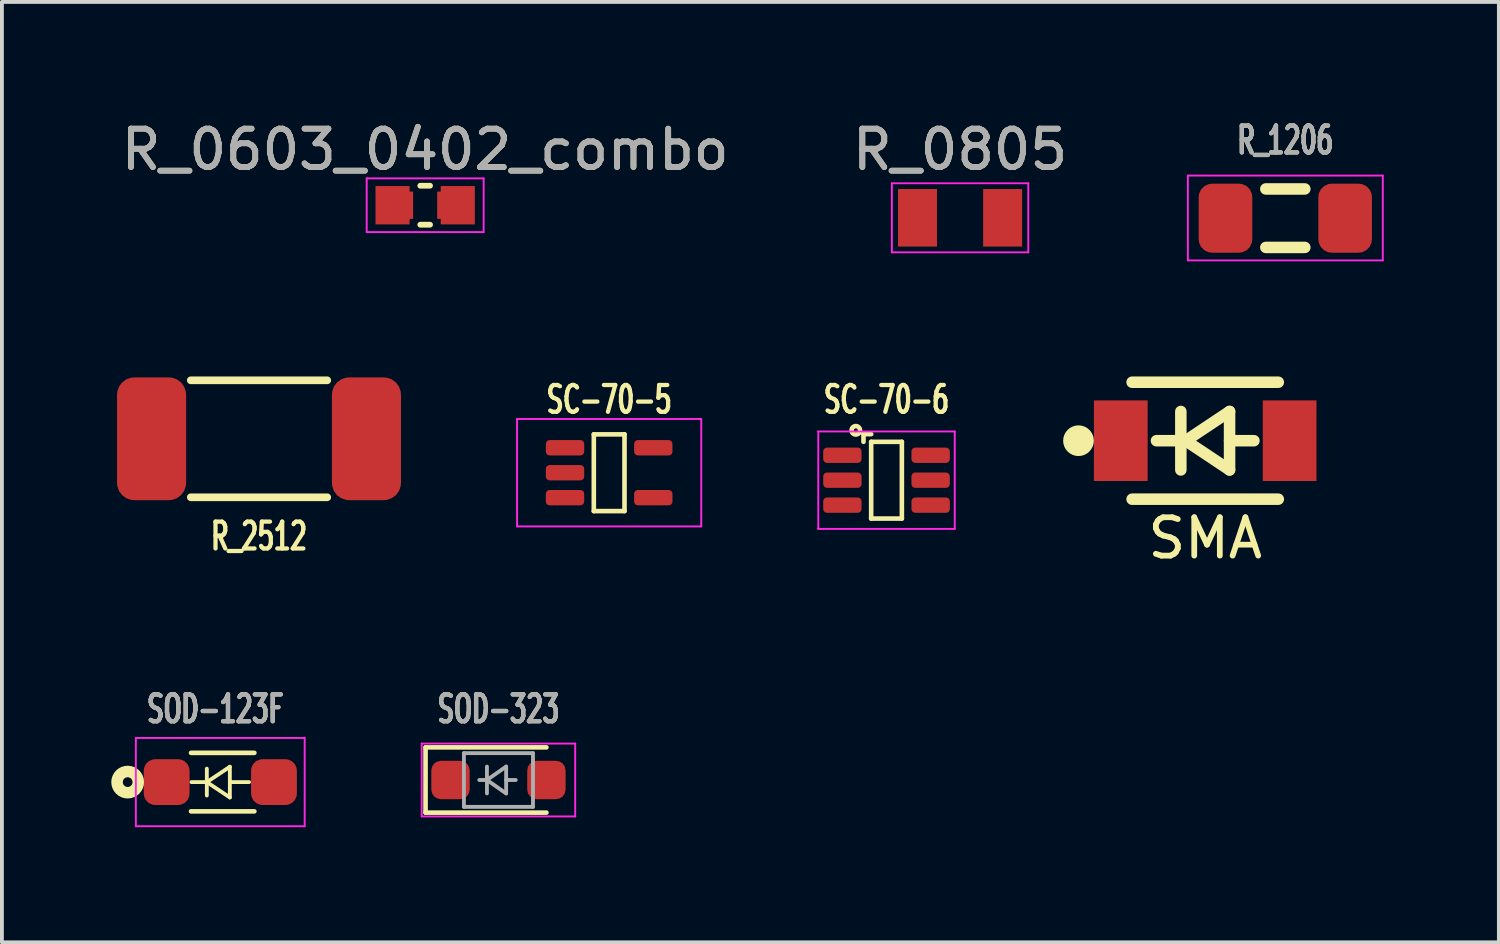
<source format=kicad_pcb>
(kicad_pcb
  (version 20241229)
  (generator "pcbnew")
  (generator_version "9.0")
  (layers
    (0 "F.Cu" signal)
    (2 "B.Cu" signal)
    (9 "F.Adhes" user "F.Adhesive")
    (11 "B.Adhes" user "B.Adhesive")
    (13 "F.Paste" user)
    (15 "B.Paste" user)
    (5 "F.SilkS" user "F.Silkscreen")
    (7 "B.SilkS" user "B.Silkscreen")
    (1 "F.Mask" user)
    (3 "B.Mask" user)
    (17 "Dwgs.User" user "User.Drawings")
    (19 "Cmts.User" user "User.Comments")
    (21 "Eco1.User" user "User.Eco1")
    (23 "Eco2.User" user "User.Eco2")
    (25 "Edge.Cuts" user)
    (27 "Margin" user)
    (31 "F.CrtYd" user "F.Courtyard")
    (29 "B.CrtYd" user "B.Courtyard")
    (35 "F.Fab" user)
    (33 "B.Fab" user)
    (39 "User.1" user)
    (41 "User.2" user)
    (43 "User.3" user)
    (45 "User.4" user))
  (footprint "R_0603_0402_combo"
    (layer "F.Cu")
    (at 8.03 2.298)
    (property "Reference" "R_0603_0402_combo" (at 0 -1.45 0) (layer "F.SilkS") (effects (font (size 1 1) (thickness 0.15))))
    (attr smd)
    (fp_line (start -0.127 -0.508) (end 0.127 -0.508) (stroke (width 0.15) (type solid)) (layer "F.SilkS"))
    (fp_line (start -0.127 0.508) (end 0.127 0.508) (stroke (width 0.15) (type solid)) (layer "F.SilkS"))
    (fp_line (start -1.524 -0.7) (end -1.524 0.7) (stroke (width 0.05) (type solid)) (layer "F.CrtYd"))
    (fp_line (start -1.524 -0.7) (end 1.524 -0.7) (stroke (width 0.05) (type solid)) (layer "F.CrtYd"))
    (fp_line (start 1.524 0.7) (end -1.524 0.7) (stroke (width 0.05) (type solid)) (layer "F.CrtYd"))
    (fp_line (start 1.524 0.7) (end 1.524 -0.7) (stroke (width 0.05) (type solid)) (layer "F.CrtYd"))
    (fp_text user "${REFERENCE}" (at 0 -1.45 0) (layer "F.Fab") (effects (font (size 1 1) (thickness 0.15))))
    (pad "1" smd rect (at -0.85 0) (size 0.889 1) (layers "F.Cu" "F.Mask" "F.Paste"))
    (pad "1" smd rect (at -0.567 0) (size 0.508 0.711) (layers "F.Cu" "F.Mask" "F.Paste"))
    (pad "2" smd rect (at 0.567 0) (size 0.508 0.711) (layers "F.Cu" "F.Mask" "F.Paste"))
    (pad "2" smd rect (at 0.85 0) (size 0.889 1) (layers "F.Cu" "F.Mask" "F.Paste")))
  (footprint "SOD-323"
    (layer "F.Cu")
    (at 9.94 17.277)
    (property "Reference" "SOD-323" (at 0 -1.85 0) (layer "F.SilkS") (effects (font (size 0.699 0.445) (thickness 0.111))))
    (attr smd)
    (fp_line (start -1.9 -0.85) (end -1.9 0.85) (stroke (width 0.12) (type solid)) (layer "F.SilkS"))
    (fp_line (start -1.9 -0.85) (end 1.25 -0.85) (stroke (width 0.12) (type solid)) (layer "F.SilkS"))
    (fp_line (start -1.9 0.85) (end 1.25 0.85) (stroke (width 0.12) (type solid)) (layer "F.SilkS"))
    (fp_line (start -2 -0.95) (end -2 0.95) (stroke (width 0.05) (type solid)) (layer "F.CrtYd"))
    (fp_line (start -2 -0.95) (end 2 -0.95) (stroke (width 0.05) (type solid)) (layer "F.CrtYd"))
    (fp_line (start -2 0.95) (end 2 0.95) (stroke (width 0.05) (type solid)) (layer "F.CrtYd"))
    (fp_line (start 2 -0.95) (end 2 0.95) (stroke (width 0.05) (type solid)) (layer "F.CrtYd"))
    (fp_line (start -0.9 -0.7) (end 0.9 -0.7) (stroke (width 0.1) (type solid)) (layer "F.Fab"))
    (fp_line (start -0.9 0.7) (end -0.9 -0.7) (stroke (width 0.1) (type solid)) (layer "F.Fab"))
    (fp_line (start -0.3 -0.35) (end -0.3 0.35) (stroke (width 0.1) (type solid)) (layer "F.Fab"))
    (fp_line (start -0.3 0) (end -0.5 0) (stroke (width 0.1) (type solid)) (layer "F.Fab"))
    (fp_line (start -0.3 0) (end 0.2 -0.35) (stroke (width 0.1) (type solid)) (layer "F.Fab"))
    (fp_line (start 0.2 -0.35) (end 0.2 0.35) (stroke (width 0.1) (type solid)) (layer "F.Fab"))
    (fp_line (start 0.2 0) (end 0.45 0) (stroke (width 0.1) (type solid)) (layer "F.Fab"))
    (fp_line (start 0.2 0.35) (end -0.3 0) (stroke (width 0.1) (type solid)) (layer "F.Fab"))
    (fp_line (start 0.9 -0.7) (end 0.9 0.7) (stroke (width 0.1) (type solid)) (layer "F.Fab"))
    (fp_line (start 0.9 0.7) (end -0.9 0.7) (stroke (width 0.1) (type solid)) (layer "F.Fab"))
    (fp_text user "${REFERENCE}" (at 0 -1.85 0) (layer "F.Fab") (effects (font (size 0.699 0.445) (thickness 0.111))))
    (pad "1" smd roundrect (at -1.25 0) (size 1 1) (layers "F.Cu" "F.Mask" "F.Paste") (roundrect_rratio 0.25))
    (pad "2" smd roundrect (at 1.25 0) (size 1 1) (layers "F.Cu" "F.Mask" "F.Paste") (roundrect_rratio 0.25)))
  (footprint "SOD-123F"
    (layer "F.Cu")
    (at 2.69 17.332)
    (property "Reference" "SOD-123F" (at -0.127 -1.905 0) (layer "F.SilkS") (effects (font (size 0.699 0.445) (thickness 0.111))))
    (attr smd)
    (fp_line (start -0.762 -0.762) (end 0.889 -0.762) (stroke (width 0.12) (type solid)) (layer "F.SilkS"))
    (fp_line (start -0.762 0.762) (end 0.889 0.762) (stroke (width 0.12) (type solid)) (layer "F.SilkS"))
    (fp_line (start -0.75 0) (end -0.35 0) (stroke (width 0.1) (type solid)) (layer "F.SilkS"))
    (fp_line (start -0.35 0) (end -0.35 -0.35) (stroke (width 0.1) (type solid)) (layer "F.SilkS"))
    (fp_line (start -0.35 0) (end -0.35 0.35) (stroke (width 0.1) (type solid)) (layer "F.SilkS"))
    (fp_line (start -0.35 0) (end 0.25 -0.4) (stroke (width 0.1) (type solid)) (layer "F.SilkS"))
    (fp_line (start 0.25 -0.4) (end 0.25 0.4) (stroke (width 0.1) (type solid)) (layer "F.SilkS"))
    (fp_line (start 0.25 0) (end 0.75 0) (stroke (width 0.1) (type solid)) (layer "F.SilkS"))
    (fp_line (start 0.25 0.4) (end -0.35 0) (stroke (width 0.1) (type solid)) (layer "F.SilkS"))
    (fp_circle (center -2.413 0) (end -2.286 0) (stroke (width 0.3) (type solid)) (fill no) (layer "F.SilkS"))
    (fp_line (start -2.2 -1.15) (end -2.2 1.15) (stroke (width 0.05) (type solid)) (layer "F.CrtYd"))
    (fp_line (start -2.2 -1.15) (end 2.2 -1.15) (stroke (width 0.05) (type solid)) (layer "F.CrtYd"))
    (fp_line (start 2.2 -1.15) (end 2.2 1.15) (stroke (width 0.05) (type solid)) (layer "F.CrtYd"))
    (fp_line (start 2.2 1.15) (end -2.2 1.15) (stroke (width 0.05) (type solid)) (layer "F.CrtYd"))
    (fp_text user "${REFERENCE}" (at -0.127 -1.905 0) (layer "F.Fab") (effects (font (size 0.699 0.445) (thickness 0.111))))
    (pad "1" smd roundrect (at -1.397 0) (size 1.194 1.194) (layers "F.Cu" "F.Mask" "F.Paste") (roundrect_rratio 0.25))
    (pad "2" smd roundrect (at 1.4 0) (size 1.194 1.194) (layers "F.Cu" "F.Mask" "F.Paste") (roundrect_rratio 0.25)))
  (footprint "SC-70-5"
    (layer "F.Cu")
    (at 12.825 9.269)
    (property "Reference" "SC-70-5" (at 0 -1.905 0) (layer "F.SilkS") (effects (font (size 0.699 0.445) (thickness 0.111))))
    (attr smd)
    (fp_line (start -0.4 -1) (end 0.4 -1) (stroke (width 0.12) (type solid)) (layer "F.SilkS"))
    (fp_line (start -0.4 1) (end -0.4 -1) (stroke (width 0.12) (type solid)) (layer "F.SilkS"))
    (fp_line (start -0.4 1) (end 0.4 1) (stroke (width 0.12) (type solid)) (layer "F.SilkS"))
    (fp_line (start 0.4 -1) (end 0.4 1) (stroke (width 0.12) (type solid)) (layer "F.SilkS"))
    (fp_line (start -2.4 -1.4) (end -2.4 1.4) (stroke (width 0.05) (type solid)) (layer "F.CrtYd"))
    (fp_line (start -2.4 -1.4) (end 2.4 -1.4) (stroke (width 0.05) (type solid)) (layer "F.CrtYd"))
    (fp_line (start -2.4 1.4) (end 2.4 1.4) (stroke (width 0.05) (type solid)) (layer "F.CrtYd"))
    (fp_line (start 2.4 1.4) (end 2.4 -1.4) (stroke (width 0.05) (type solid)) (layer "F.CrtYd"))
    (pad "1" smd roundrect (at -1.15 -0.65) (size 1 0.4) (layers "F.Cu" "F.Mask" "F.Paste") (roundrect_rratio 0.25))
    (pad "2" smd roundrect (at -1.15 0) (size 1 0.4) (layers "F.Cu" "F.Mask" "F.Paste") (roundrect_rratio 0.25))
    (pad "3" smd roundrect (at -1.15 0.65) (size 1 0.4) (layers "F.Cu" "F.Mask" "F.Paste") (roundrect_rratio 0.25))
    (pad "4" smd roundrect (at 1.15 0.65) (size 1 0.4) (layers "F.Cu" "F.Mask" "F.Paste") (roundrect_rratio 0.25))
    (pad "5" smd roundrect (at 1.15 -0.65) (size 1 0.4) (layers "F.Cu" "F.Mask" "F.Paste") (roundrect_rratio 0.25)))
  (footprint "SMA"
    (layer "F.Cu")
    (at 28.358 8.435)
    (property "Reference" "SMA" (at 0 2.54 0) (layer "F.SilkS") (effects (font (size 1 1) (thickness 0.15))))
    (attr through_hole)
    (fp_line (start -1.905 -1.524) (end 1.905 -1.524) (stroke (width 0.3) (type solid)) (layer "F.SilkS"))
    (fp_line (start -1.905 1.524) (end 1.905 1.524) (stroke (width 0.3) (type solid)) (layer "F.SilkS"))
    (fp_line (start -0.635 -0.762) (end -0.635 0.762) (stroke (width 0.3) (type solid)) (layer "F.SilkS"))
    (fp_line (start -0.635 0) (end -1.27 0) (stroke (width 0.3) (type solid)) (layer "F.SilkS"))
    (fp_line (start -0.508 0) (end 0.635 -0.762) (stroke (width 0.3) (type solid)) (layer "F.SilkS"))
    (fp_line (start 0.635 -0.762) (end 0.635 0.762) (stroke (width 0.3) (type solid)) (layer "F.SilkS"))
    (fp_line (start 0.635 0) (end 1.27 0) (stroke (width 0.3) (type solid)) (layer "F.SilkS"))
    (fp_line (start 0.635 0.762) (end -0.508 0) (stroke (width 0.3) (type solid)) (layer "F.SilkS"))
    (fp_circle (center -3.302 0) (end -3.302 0) (stroke (width 0.4) (type solid)) (fill no) (layer "F.SilkS"))
    (pad "1" smd rect (at -2.2 0) (size 1.4 2.1) (layers "F.Cu" "F.Mask" "F.Paste"))
    (pad "2" smd rect (at 2.2 0) (size 1.4 2.1) (layers "F.Cu" "F.Mask" "F.Paste")))
  (footprint "R_2512"
    (layer "F.Cu")
    (at 3.7 8.385)
    (property "Reference" "R_2512" (at 0 2.54 0) (layer "F.SilkS") (effects (font (size 0.699 0.445) (thickness 0.111))))
    (attr through_hole)
    (fp_line (start -1.778 -1.524) (end 1.778 -1.524) (stroke (width 0.2) (type solid)) (layer "F.SilkS"))
    (fp_line (start -1.778 1.524) (end 1.778 1.524) (stroke (width 0.2) (type solid)) (layer "F.SilkS"))
    (pad "1" smd roundrect (at -2.8 0) (size 1.8 3.2) (layers "F.Cu" "F.Mask" "F.Paste") (roundrect_rratio 0.25))
    (pad "2" smd roundrect (at 2.8 0) (size 1.8 3.2) (layers "F.Cu" "F.Mask" "F.Paste") (roundrect_rratio 0.25)))
  (footprint "R_1206"
    (layer "F.Cu")
    (at 30.446 2.636)
    (property "Reference" "R_1206" (at 0 -2.032 0) (layer "F.SilkS") (effects (font (size 0.699 0.445) (thickness 0.111))))
    (attr smd)
    (fp_line (start -0.508 -0.762) (end 0.508 -0.762) (stroke (width 0.3) (type solid)) (layer "F.SilkS"))
    (fp_line (start 0.508 0.762) (end -0.508 0.762) (stroke (width 0.3) (type solid)) (layer "F.SilkS"))
    (fp_line (start -2.54 -1.11) (end -2.54 1.1) (stroke (width 0.05) (type solid)) (layer "F.CrtYd"))
    (fp_line (start -2.54 -1.11) (end 2.54 -1.11) (stroke (width 0.05) (type solid)) (layer "F.CrtYd"))
    (fp_line (start 2.54 1.1) (end -2.54 1.1) (stroke (width 0.05) (type solid)) (layer "F.CrtYd"))
    (fp_line (start 2.54 1.1) (end 2.54 -1.11) (stroke (width 0.05) (type solid)) (layer "F.CrtYd"))
    (fp_text user "${REFERENCE}" (at 0 -2.032 0) (layer "F.Fab") (effects (font (size 0.699 0.445) (thickness 0.111))))
    (pad "1" smd roundrect (at -1.559 0) (size 1.397 1.8) (layers "F.Cu" "F.Mask" "F.Paste") (roundrect_rratio 0.25))
    (pad "2" smd roundrect (at 1.559 0) (size 1.397 1.8) (layers "F.Cu" "F.Mask" "F.Paste") (roundrect_rratio 0.25)))
  (footprint "R_0805"
    (layer "F.Cu")
    (at 21.97 2.626)
    (property "Reference" "R_0805" (at 0 -1.778 0) (layer "F.SilkS") (effects (font (size 1 1) (thickness 0.15))))
    (attr smd)
    (fp_line (start -1.778 -0.9) (end -1.778 0.9) (stroke (width 0.05) (type solid)) (layer "F.CrtYd"))
    (fp_line (start -1.778 -0.9) (end 1.778 -0.9) (stroke (width 0.05) (type solid)) (layer "F.CrtYd"))
    (fp_line (start 1.778 0.9) (end -1.778 0.9) (stroke (width 0.05) (type solid)) (layer "F.CrtYd"))
    (fp_line (start 1.778 0.9) (end 1.778 -0.9) (stroke (width 0.05) (type solid)) (layer "F.CrtYd"))
    (fp_text user "${REFERENCE}" (at 0 -1.778 0) (layer "F.Fab") (effects (font (size 1 1) (thickness 0.15))))
    (pad "1" smd rect (at -1.109 0) (size 1.016 1.5) (layers "F.Cu" "F.Mask" "F.Paste"))
    (pad "2" smd rect (at 1.109 0) (size 1.016 1.5) (layers "F.Cu" "F.Mask" "F.Paste")))
  (footprint "SC-70-6"
    (layer "F.Cu")
    (at 20.053 9.464)
    (property "Reference" "SC-70-6" (at 0 -2.1 0) (layer "F.SilkS") (effects (font (size 0.699 0.445) (thickness 0.111))))
    (attr smd)
    (fp_line (start -0.6 -1.2) (end -0.6 -1) (stroke (width 0.12) (type solid)) (layer "F.SilkS"))
    (fp_line (start -0.6 -1.2) (end -0.4 -1.2) (stroke (width 0.12) (type solid)) (layer "F.SilkS"))
    (fp_line (start -0.4 -1) (end 0.4 -1) (stroke (width 0.12) (type solid)) (layer "F.SilkS"))
    (fp_line (start -0.4 1) (end -0.4 -1) (stroke (width 0.12) (type solid)) (layer "F.SilkS"))
    (fp_line (start -0.4 1) (end 0.4 1) (stroke (width 0.12) (type solid)) (layer "F.SilkS"))
    (fp_line (start 0.4 -1) (end 0.4 1) (stroke (width 0.12) (type solid)) (layer "F.SilkS"))
    (fp_circle (center -0.8 -1.3) (end -0.85 -1.3) (stroke (width 0.12) (type solid)) (fill no) (layer "F.SilkS"))
    (fp_line (start -1.778 -1.27) (end -1.778 1.27) (stroke (width 0.05) (type solid)) (layer "F.CrtYd"))
    (fp_line (start -1.778 -1.27) (end 1.778 -1.27) (stroke (width 0.05) (type solid)) (layer "F.CrtYd"))
    (fp_line (start -1.778 1.27) (end 1.778 1.27) (stroke (width 0.05) (type solid)) (layer "F.CrtYd"))
    (fp_line (start 1.778 1.27) (end 1.778 -1.27) (stroke (width 0.05) (type solid)) (layer "F.CrtYd"))
    (pad "1" smd roundrect (at -1.15 -0.65) (size 1 0.4) (layers "F.Cu" "F.Mask" "F.Paste") (roundrect_rratio 0.25))
    (pad "2" smd roundrect (at -1.15 0) (size 1 0.4) (layers "F.Cu" "F.Mask" "F.Paste") (roundrect_rratio 0.25))
    (pad "3" smd roundrect (at -1.15 0.65) (size 1 0.4) (layers "F.Cu" "F.Mask" "F.Paste") (roundrect_rratio 0.25))
    (pad "4" smd roundrect (at 1.15 0.65) (size 1 0.4) (layers "F.Cu" "F.Mask" "F.Paste") (roundrect_rratio 0.25))
    (pad "5" smd roundrect (at 1.15 0) (size 1 0.4) (layers "F.Cu" "F.Mask" "F.Paste") (roundrect_rratio 0.25))
    (pad "6" smd roundrect (at 1.15 -0.65) (size 1 0.4) (layers "F.Cu" "F.Mask" "F.Paste") (roundrect_rratio 0.25)))
  (gr_rect
    (start -3 -3)
    (end 36.011 21.507)
    (stroke (width 0.1) (type default))
    (fill no)
    (layer "Edge.Cuts")))
</source>
